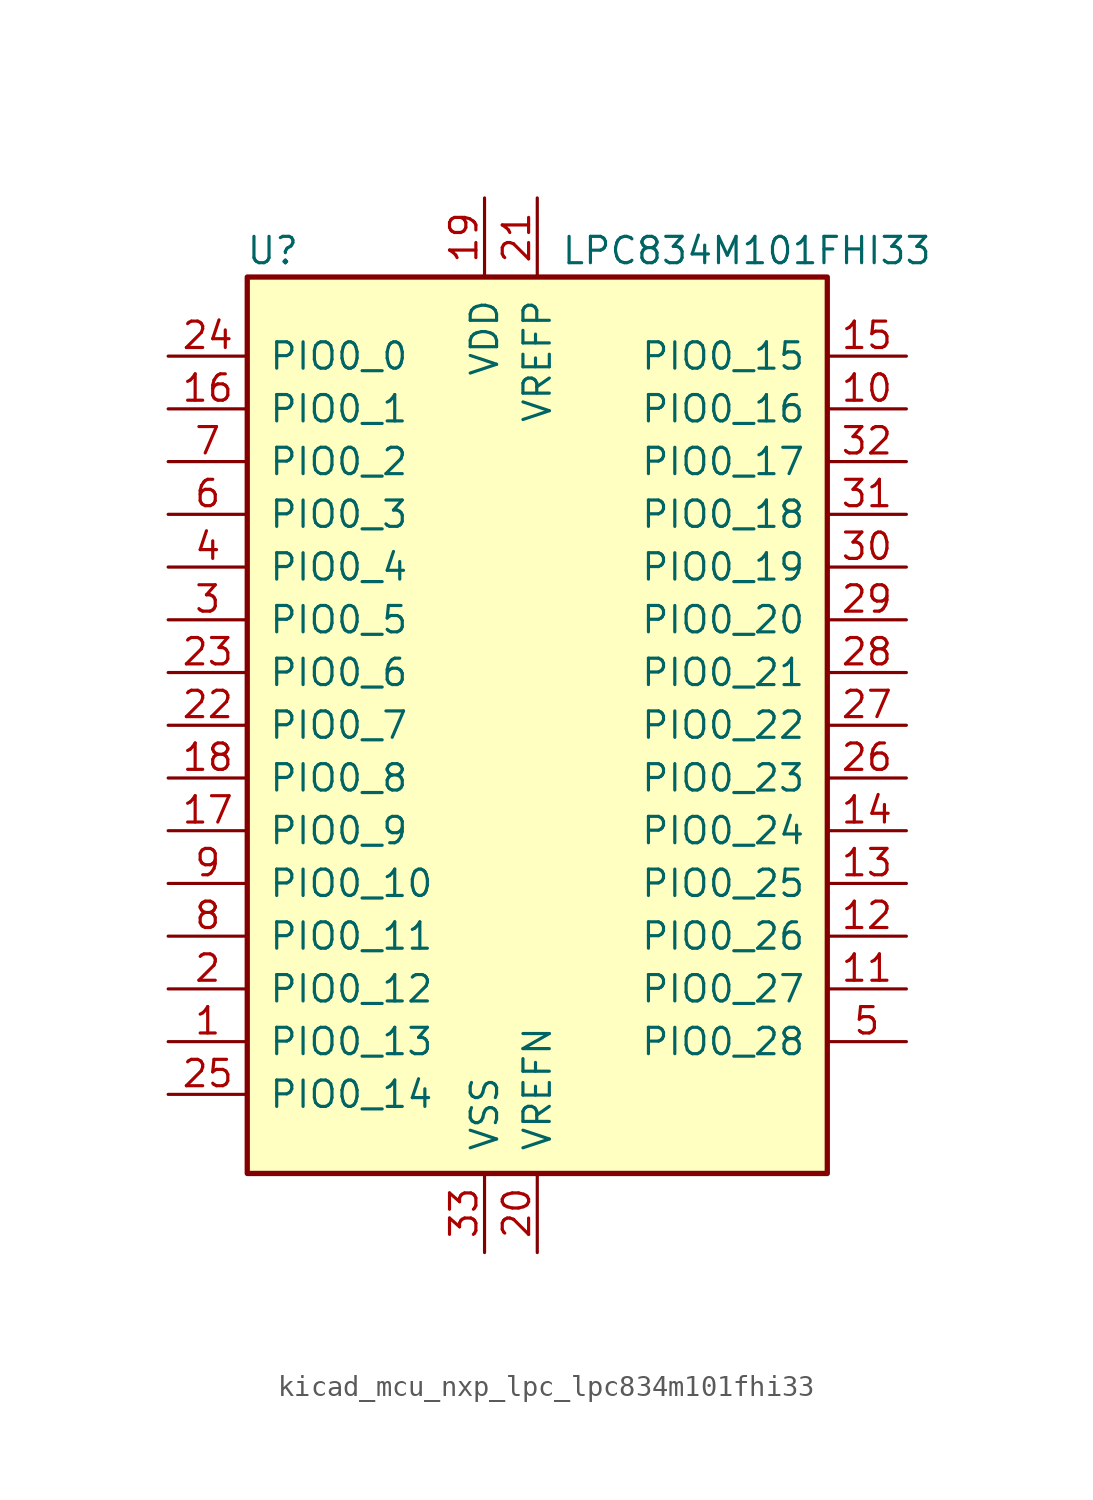
<source format=kicad_sym>
(kicad_symbol_lib
  (version 20220914)
  (generator kicad_symbol_editor)
  (symbol "kicad_mcu_nxp_lpc_lpc834m101fhi33"
    (pin_names
      (offset 1.016))
    (property "Reference" "U"
      (at -11.43 22.86 0)
      (effects (font (size 1.27 1.27)) (justify right)))
    (property "Value" "LPC834M101FHI33"
      (at 19.05 22.86 0)
      (effects (font (size 1.27 1.27)) (justify right)))
    (symbol "kicad_mcu_nxp_lpc_lpc834m101fhi33_0_1"
      (rectangle (start -13.97 21.59) (end 13.97 -21.59) (stroke (width 0.254) (type default)) (fill (type background))))
    (symbol "kicad_mcu_nxp_lpc_lpc834m101fhi33_1_1"
      (pin bidirectional line (at -17.78 -15.24 0) (length 3.81) (name "PIO0_13" (effects (font (size 1.27 1.27)))) (number "1" (effects (font (size 1.27 1.27)))))
      (pin bidirectional line (at 17.78 15.24 180) (length 3.81) (name "PIO0_16" (effects (font (size 1.27 1.27)))) (number "10" (effects (font (size 1.27 1.27)))))
      (pin bidirectional line (at 17.78 -12.7 180) (length 3.81) (name "PIO0_27" (effects (font (size 1.27 1.27)))) (number "11" (effects (font (size 1.27 1.27)))))
      (pin bidirectional line (at 17.78 -10.16 180) (length 3.81) (name "PIO0_26" (effects (font (size 1.27 1.27)))) (number "12" (effects (font (size 1.27 1.27)))))
      (pin bidirectional line (at 17.78 -7.62 180) (length 3.81) (name "PIO0_25" (effects (font (size 1.27 1.27)))) (number "13" (effects (font (size 1.27 1.27)))))
      (pin bidirectional line (at 17.78 -5.08 180) (length 3.81) (name "PIO0_24" (effects (font (size 1.27 1.27)))) (number "14" (effects (font (size 1.27 1.27)))))
      (pin bidirectional line (at 17.78 17.78 180) (length 3.81) (name "PIO0_15" (effects (font (size 1.27 1.27)))) (number "15" (effects (font (size 1.27 1.27)))))
      (pin bidirectional line (at -17.78 15.24 0) (length 3.81) (name "PIO0_1" (effects (font (size 1.27 1.27)))) (number "16" (effects (font (size 1.27 1.27)))))
      (pin bidirectional line (at -17.78 -5.08 0) (length 3.81) (name "PIO0_9" (effects (font (size 1.27 1.27)))) (number "17" (effects (font (size 1.27 1.27)))))
      (pin bidirectional line (at -17.78 -2.54 0) (length 3.81) (name "PIO0_8" (effects (font (size 1.27 1.27)))) (number "18" (effects (font (size 1.27 1.27)))))
      (pin power_in line (at -2.54 25.4 270) (length 3.81) (name "VDD" (effects (font (size 1.27 1.27)))) (number "19" (effects (font (size 1.27 1.27)))))
      (pin bidirectional line (at -17.78 -12.7 0) (length 3.81) (name "PIO0_12" (effects (font (size 1.27 1.27)))) (number "2" (effects (font (size 1.27 1.27)))))
      (pin power_in line (at 0 -25.4 90) (length 3.81) (name "VREFN" (effects (font (size 1.27 1.27)))) (number "20" (effects (font (size 1.27 1.27)))))
      (pin power_in line (at 0 25.4 270) (length 3.81) (name "VREFP" (effects (font (size 1.27 1.27)))) (number "21" (effects (font (size 1.27 1.27)))))
      (pin bidirectional line (at -17.78 0 0) (length 3.81) (name "PIO0_7" (effects (font (size 1.27 1.27)))) (number "22" (effects (font (size 1.27 1.27)))))
      (pin bidirectional line (at -17.78 2.54 0) (length 3.81) (name "PIO0_6" (effects (font (size 1.27 1.27)))) (number "23" (effects (font (size 1.27 1.27)))))
      (pin bidirectional line (at -17.78 17.78 0) (length 3.81) (name "PIO0_0" (effects (font (size 1.27 1.27)))) (number "24" (effects (font (size 1.27 1.27)))))
      (pin bidirectional line (at -17.78 -17.78 0) (length 3.81) (name "PIO0_14" (effects (font (size 1.27 1.27)))) (number "25" (effects (font (size 1.27 1.27)))))
      (pin bidirectional line (at 17.78 -2.54 180) (length 3.81) (name "PIO0_23" (effects (font (size 1.27 1.27)))) (number "26" (effects (font (size 1.27 1.27)))))
      (pin bidirectional line (at 17.78 0 180) (length 3.81) (name "PIO0_22" (effects (font (size 1.27 1.27)))) (number "27" (effects (font (size 1.27 1.27)))))
      (pin bidirectional line (at 17.78 2.54 180) (length 3.81) (name "PIO0_21" (effects (font (size 1.27 1.27)))) (number "28" (effects (font (size 1.27 1.27)))))
      (pin bidirectional line (at 17.78 5.08 180) (length 3.81) (name "PIO0_20" (effects (font (size 1.27 1.27)))) (number "29" (effects (font (size 1.27 1.27)))))
      (pin bidirectional line (at -17.78 5.08 0) (length 3.81) (name "PIO0_5" (effects (font (size 1.27 1.27)))) (number "3" (effects (font (size 1.27 1.27)))))
      (pin bidirectional line (at 17.78 7.62 180) (length 3.81) (name "PIO0_19" (effects (font (size 1.27 1.27)))) (number "30" (effects (font (size 1.27 1.27)))))
      (pin bidirectional line (at 17.78 10.16 180) (length 3.81) (name "PIO0_18" (effects (font (size 1.27 1.27)))) (number "31" (effects (font (size 1.27 1.27)))))
      (pin bidirectional line (at 17.78 12.7 180) (length 3.81) (name "PIO0_17" (effects (font (size 1.27 1.27)))) (number "32" (effects (font (size 1.27 1.27)))))
      (pin power_in line (at -2.54 -25.4 90) (length 3.81) (name "VSS" (effects (font (size 1.27 1.27)))) (number "33" (effects (font (size 1.27 1.27)))))
      (pin bidirectional line (at -17.78 7.62 0) (length 3.81) (name "PIO0_4" (effects (font (size 1.27 1.27)))) (number "4" (effects (font (size 1.27 1.27)))))
      (pin bidirectional line (at 17.78 -15.24 180) (length 3.81) (name "PIO0_28" (effects (font (size 1.27 1.27)))) (number "5" (effects (font (size 1.27 1.27)))))
      (pin bidirectional line (at -17.78 10.16 0) (length 3.81) (name "PIO0_3" (effects (font (size 1.27 1.27)))) (number "6" (effects (font (size 1.27 1.27)))))
      (pin bidirectional line (at -17.78 12.7 0) (length 3.81) (name "PIO0_2" (effects (font (size 1.27 1.27)))) (number "7" (effects (font (size 1.27 1.27)))))
      (pin bidirectional line (at -17.78 -10.16 0) (length 3.81) (name "PIO0_11" (effects (font (size 1.27 1.27)))) (number "8" (effects (font (size 1.27 1.27)))))
      (pin bidirectional line (at -17.78 -7.62 0) (length 3.81) (name "PIO0_10" (effects (font (size 1.27 1.27)))) (number "9" (effects (font (size 1.27 1.27))))))))
</source>
